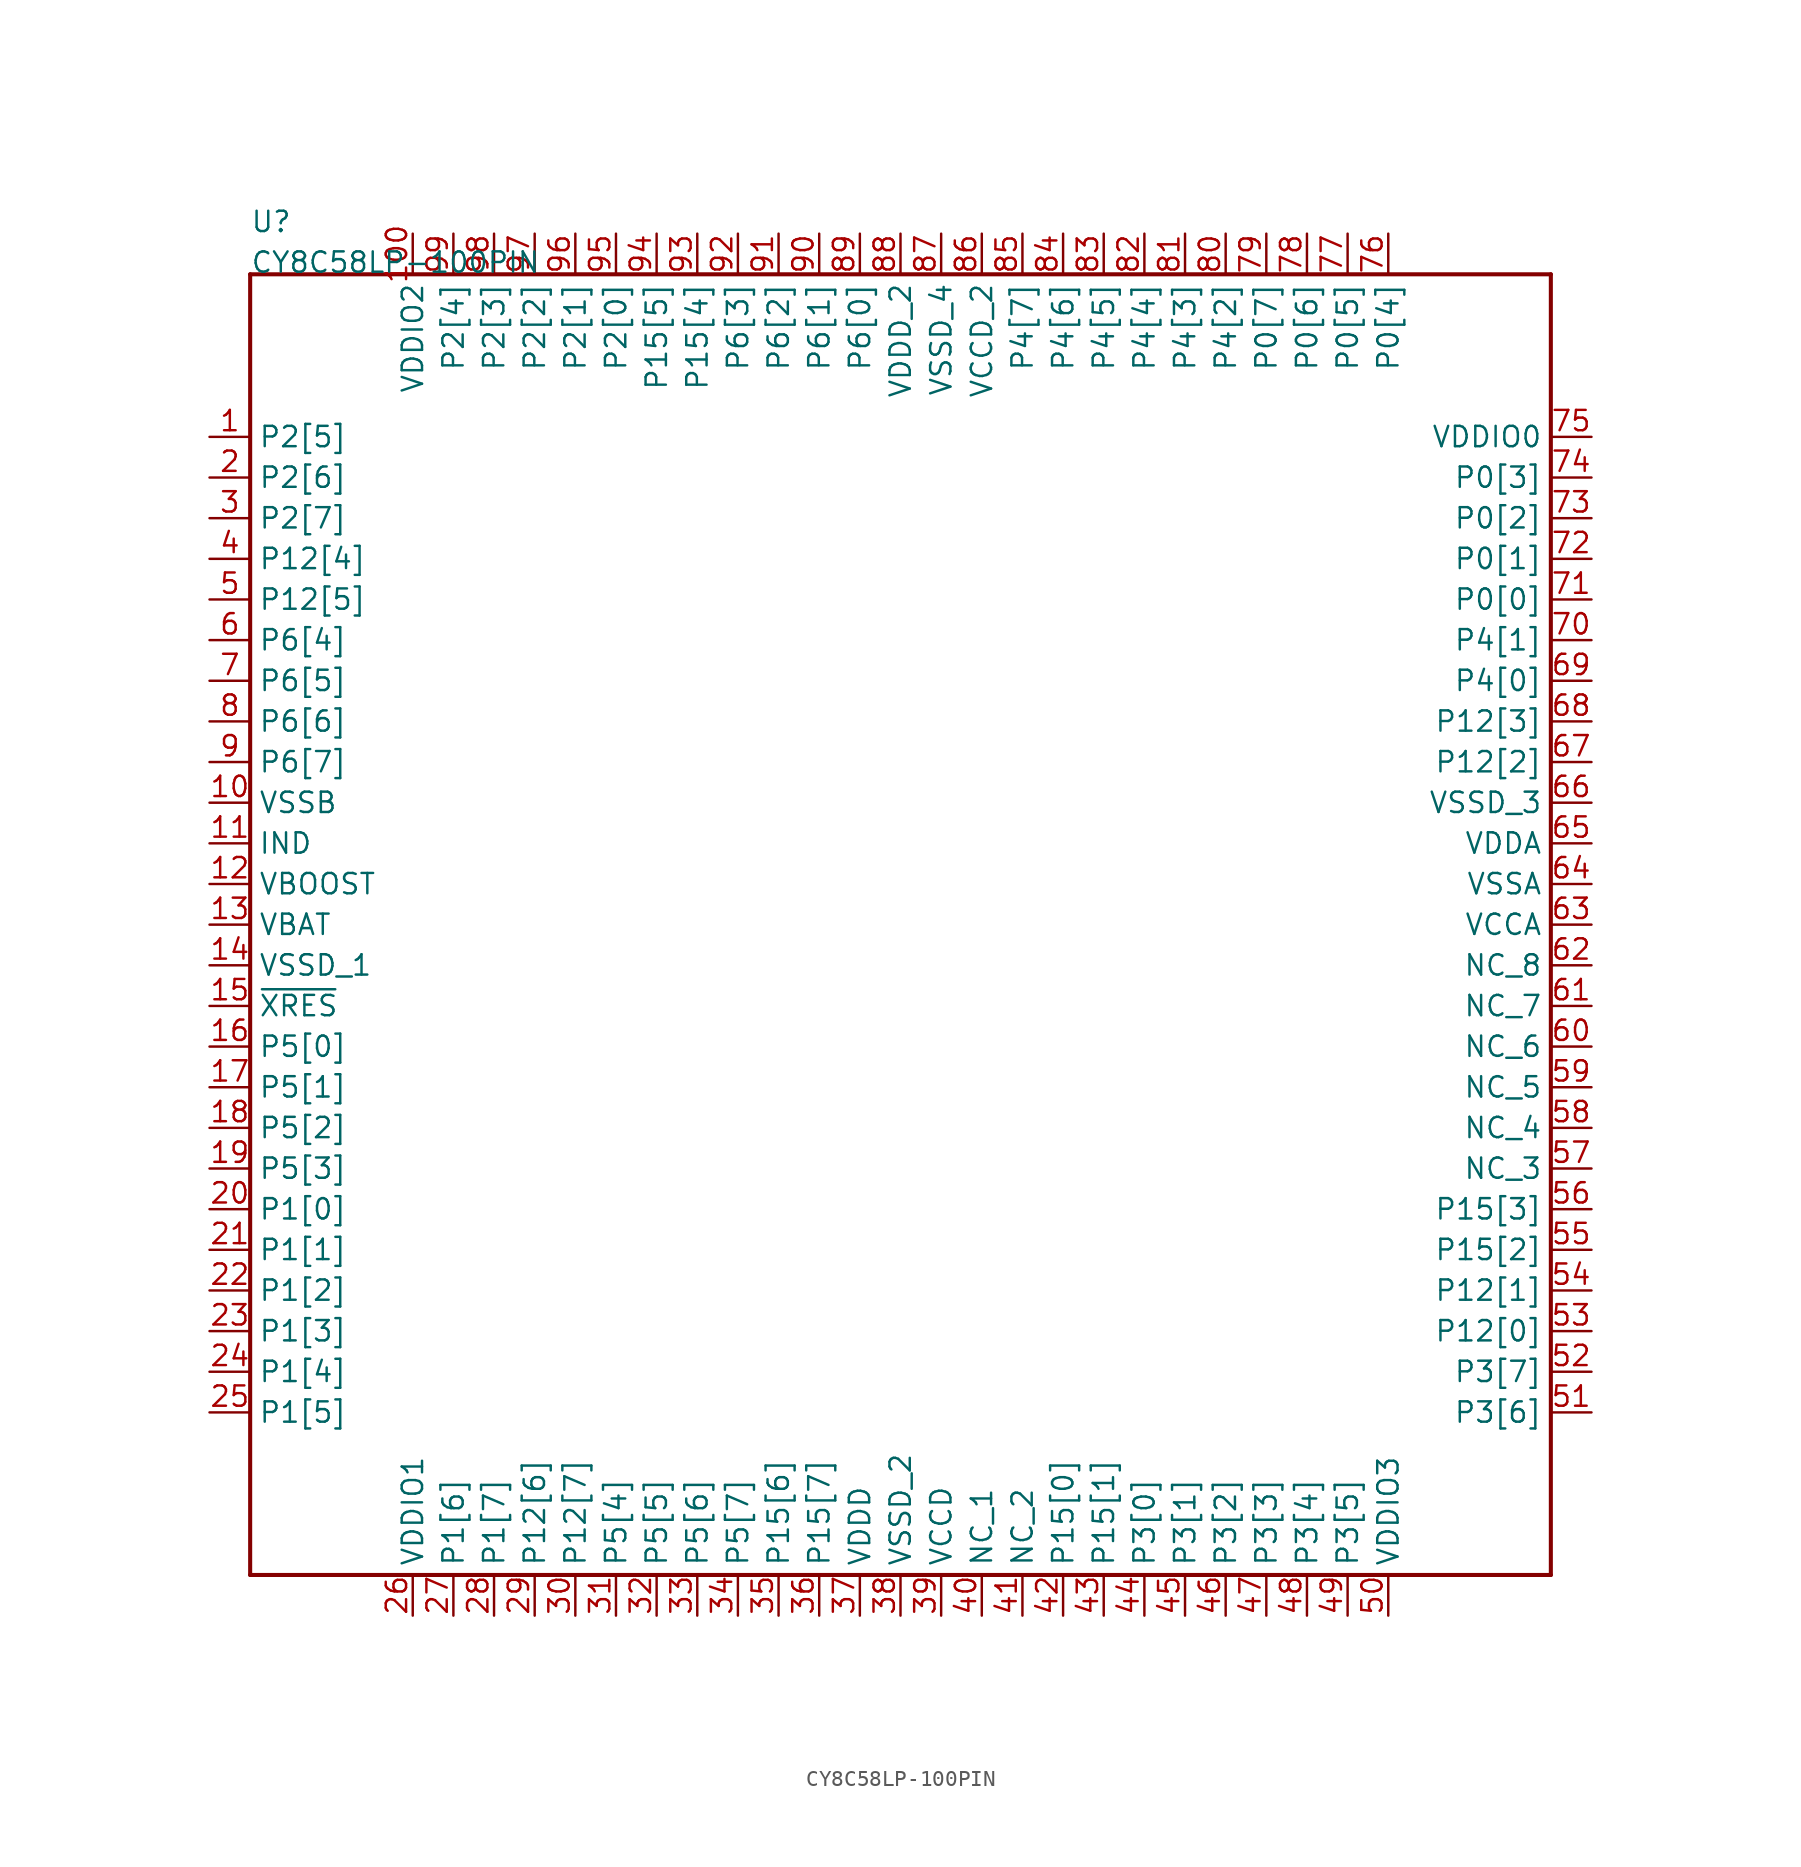
<source format=kicad_sym>
(kicad_symbol_lib
  (version 20211014)
  (generator kicad_symbol_editor)
  (symbol "CY8C58LP-100PIN"
    (pin_names)
    (property "Reference" "U"
      (at -40.64 43.18 0)
      (effects (font (size 1.27 1.27)) (justify left bottom)))
    (property "Value" "CY8C58LP-100PIN"
      (at -40.64 40.64 0)
      (effects (font (size 1.27 1.27)) (justify left bottom)))
    (property "Datasheet" ""
      (at 0 0 0))
    (property "ki_description" "CY8C5888AXI  - 32-Bit  256KB Microcontroller 100TQFP   Technical Specifications:    Number of I/O: 62   Core Size: 32-Bit Single-Core   Speed: 80MHz   Voltage - Supply (Vcc/Vdd): 1.71V ~ 5.5V   Operating Temperature: -40°C ~ 85°C (TA)        Component Search:  CY8C5888AXI   Datasheet:  PSoC® 5LP: CY8C58LP Family Datasheet Programmable System-on-Chip (PSoC®) "
      (at 0 0 0))
    (property "ki_fp_filters" "FlashPCB_ICs:100-QFP(14X14)"
      (at 0 0 0))
    (symbol "CY8C58LP-100PIN_1_1"
      (polyline (pts (xy -40.64 40.64) (xy -40.64 -40.64)) (stroke (width 0.254)) (fill (type none)))
      (polyline (pts (xy -40.64 -40.64) (xy 40.64 -40.64)) (stroke (width 0.254)) (fill (type none)))
      (polyline (pts (xy 40.64 -40.64) (xy 40.64 40.64)) (stroke (width 0.254)) (fill (type none)))
      (polyline (pts (xy 40.64 40.64) (xy -40.64 40.64)) (stroke (width 0.254)) (fill (type none)))
      (pin bidirectional line (at -43.18 30.48 0) (length 2.54) (name "P2[5]" (effects (font (size 1.27 1.27)))) (number "1" (effects (font (size 1.27 1.27)))))
      (pin bidirectional line (at -43.18 27.94 0) (length 2.54) (name "P2[6]" (effects (font (size 1.27 1.27)))) (number "2" (effects (font (size 1.27 1.27)))))
      (pin bidirectional line (at -43.18 25.4 0) (length 2.54) (name "P2[7]" (effects (font (size 1.27 1.27)))) (number "3" (effects (font (size 1.27 1.27)))))
      (pin bidirectional line (at -43.18 22.86 0) (length 2.54) (name "P12[4]" (effects (font (size 1.27 1.27)))) (number "4" (effects (font (size 1.27 1.27)))))
      (pin bidirectional line (at -43.18 20.32 0) (length 2.54) (name "P12[5]" (effects (font (size 1.27 1.27)))) (number "5" (effects (font (size 1.27 1.27)))))
      (pin bidirectional line (at -43.18 17.78 0) (length 2.54) (name "P6[4]" (effects (font (size 1.27 1.27)))) (number "6" (effects (font (size 1.27 1.27)))))
      (pin bidirectional line (at -43.18 15.24 0) (length 2.54) (name "P6[5]" (effects (font (size 1.27 1.27)))) (number "7" (effects (font (size 1.27 1.27)))))
      (pin bidirectional line (at -43.18 12.7 0) (length 2.54) (name "P6[6]" (effects (font (size 1.27 1.27)))) (number "8" (effects (font (size 1.27 1.27)))))
      (pin bidirectional line (at -43.18 10.16 0) (length 2.54) (name "P6[7]" (effects (font (size 1.27 1.27)))) (number "9" (effects (font (size 1.27 1.27)))))
      (pin bidirectional line (at -43.18 7.62 0) (length 2.54) (name "VSSB" (effects (font (size 1.27 1.27)))) (number "10" (effects (font (size 1.27 1.27)))))
      (pin bidirectional line (at -43.18 5.08 0) (length 2.54) (name "IND" (effects (font (size 1.27 1.27)))) (number "11" (effects (font (size 1.27 1.27)))))
      (pin bidirectional line (at -43.18 2.54 0) (length 2.54) (name "VBOOST" (effects (font (size 1.27 1.27)))) (number "12" (effects (font (size 1.27 1.27)))))
      (pin bidirectional line (at -43.18 0 0) (length 2.54) (name "VBAT" (effects (font (size 1.27 1.27)))) (number "13" (effects (font (size 1.27 1.27)))))
      (pin bidirectional line (at -43.18 -2.54 0) (length 2.54) (name "VSSD_1" (effects (font (size 1.27 1.27)))) (number "14" (effects (font (size 1.27 1.27)))))
      (pin bidirectional line (at -43.18 -5.08 0) (length 2.54) (name "~{XRES}" (effects (font (size 1.27 1.27)))) (number "15" (effects (font (size 1.27 1.27)))))
      (pin bidirectional line (at -43.18 -7.62 0) (length 2.54) (name "P5[0]" (effects (font (size 1.27 1.27)))) (number "16" (effects (font (size 1.27 1.27)))))
      (pin bidirectional line (at -43.18 -10.16 0) (length 2.54) (name "P5[1]" (effects (font (size 1.27 1.27)))) (number "17" (effects (font (size 1.27 1.27)))))
      (pin bidirectional line (at -43.18 -12.7 0) (length 2.54) (name "P5[2]" (effects (font (size 1.27 1.27)))) (number "18" (effects (font (size 1.27 1.27)))))
      (pin bidirectional line (at -43.18 -15.24 0) (length 2.54) (name "P5[3]" (effects (font (size 1.27 1.27)))) (number "19" (effects (font (size 1.27 1.27)))))
      (pin bidirectional line (at -43.18 -17.78 0) (length 2.54) (name "P1[0]" (effects (font (size 1.27 1.27)))) (number "20" (effects (font (size 1.27 1.27)))))
      (pin bidirectional line (at -43.18 -20.32 0) (length 2.54) (name "P1[1]" (effects (font (size 1.27 1.27)))) (number "21" (effects (font (size 1.27 1.27)))))
      (pin bidirectional line (at -43.18 -22.86 0) (length 2.54) (name "P1[2]" (effects (font (size 1.27 1.27)))) (number "22" (effects (font (size 1.27 1.27)))))
      (pin bidirectional line (at -43.18 -25.4 0) (length 2.54) (name "P1[3]" (effects (font (size 1.27 1.27)))) (number "23" (effects (font (size 1.27 1.27)))))
      (pin bidirectional line (at -43.18 -27.94 0) (length 2.54) (name "P1[4]" (effects (font (size 1.27 1.27)))) (number "24" (effects (font (size 1.27 1.27)))))
      (pin bidirectional line (at -43.18 -30.48 0) (length 2.54) (name "P1[5]" (effects (font (size 1.27 1.27)))) (number "25" (effects (font (size 1.27 1.27)))))
      (pin bidirectional line (at -30.48 -43.18 90) (length 2.54) (name "VDDIO1" (effects (font (size 1.27 1.27)))) (number "26" (effects (font (size 1.27 1.27)))))
      (pin bidirectional line (at -27.94 -43.18 90) (length 2.54) (name "P1[6]" (effects (font (size 1.27 1.27)))) (number "27" (effects (font (size 1.27 1.27)))))
      (pin bidirectional line (at -25.4 -43.18 90) (length 2.54) (name "P1[7]" (effects (font (size 1.27 1.27)))) (number "28" (effects (font (size 1.27 1.27)))))
      (pin bidirectional line (at -22.86 -43.18 90) (length 2.54) (name "P12[6]" (effects (font (size 1.27 1.27)))) (number "29" (effects (font (size 1.27 1.27)))))
      (pin bidirectional line (at -20.32 -43.18 90) (length 2.54) (name "P12[7]" (effects (font (size 1.27 1.27)))) (number "30" (effects (font (size 1.27 1.27)))))
      (pin bidirectional line (at -17.78 -43.18 90) (length 2.54) (name "P5[4]" (effects (font (size 1.27 1.27)))) (number "31" (effects (font (size 1.27 1.27)))))
      (pin bidirectional line (at -15.24 -43.18 90) (length 2.54) (name "P5[5]" (effects (font (size 1.27 1.27)))) (number "32" (effects (font (size 1.27 1.27)))))
      (pin bidirectional line (at -12.7 -43.18 90) (length 2.54) (name "P5[6]" (effects (font (size 1.27 1.27)))) (number "33" (effects (font (size 1.27 1.27)))))
      (pin bidirectional line (at -10.16 -43.18 90) (length 2.54) (name "P5[7]" (effects (font (size 1.27 1.27)))) (number "34" (effects (font (size 1.27 1.27)))))
      (pin bidirectional line (at -7.62 -43.18 90) (length 2.54) (name "P15[6]" (effects (font (size 1.27 1.27)))) (number "35" (effects (font (size 1.27 1.27)))))
      (pin bidirectional line (at -5.08 -43.18 90) (length 2.54) (name "P15[7]" (effects (font (size 1.27 1.27)))) (number "36" (effects (font (size 1.27 1.27)))))
      (pin bidirectional line (at -2.54 -43.18 90) (length 2.54) (name "VDDD" (effects (font (size 1.27 1.27)))) (number "37" (effects (font (size 1.27 1.27)))))
      (pin bidirectional line (at 0 -43.18 90) (length 2.54) (name "VSSD_2" (effects (font (size 1.27 1.27)))) (number "38" (effects (font (size 1.27 1.27)))))
      (pin bidirectional line (at 2.54 -43.18 90) (length 2.54) (name "VCCD" (effects (font (size 1.27 1.27)))) (number "39" (effects (font (size 1.27 1.27)))))
      (pin bidirectional line (at 5.08 -43.18 90) (length 2.54) (name "NC_1" (effects (font (size 1.27 1.27)))) (number "40" (effects (font (size 1.27 1.27)))))
      (pin bidirectional line (at 7.62 -43.18 90) (length 2.54) (name "NC_2" (effects (font (size 1.27 1.27)))) (number "41" (effects (font (size 1.27 1.27)))))
      (pin bidirectional line (at 10.16 -43.18 90) (length 2.54) (name "P15[0]" (effects (font (size 1.27 1.27)))) (number "42" (effects (font (size 1.27 1.27)))))
      (pin bidirectional line (at 12.7 -43.18 90) (length 2.54) (name "P15[1]" (effects (font (size 1.27 1.27)))) (number "43" (effects (font (size 1.27 1.27)))))
      (pin bidirectional line (at 15.24 -43.18 90) (length 2.54) (name "P3[0]" (effects (font (size 1.27 1.27)))) (number "44" (effects (font (size 1.27 1.27)))))
      (pin bidirectional line (at 17.78 -43.18 90) (length 2.54) (name "P3[1]" (effects (font (size 1.27 1.27)))) (number "45" (effects (font (size 1.27 1.27)))))
      (pin bidirectional line (at 20.32 -43.18 90) (length 2.54) (name "P3[2]" (effects (font (size 1.27 1.27)))) (number "46" (effects (font (size 1.27 1.27)))))
      (pin bidirectional line (at 22.86 -43.18 90) (length 2.54) (name "P3[3]" (effects (font (size 1.27 1.27)))) (number "47" (effects (font (size 1.27 1.27)))))
      (pin bidirectional line (at 25.4 -43.18 90) (length 2.54) (name "P3[4]" (effects (font (size 1.27 1.27)))) (number "48" (effects (font (size 1.27 1.27)))))
      (pin bidirectional line (at 27.94 -43.18 90) (length 2.54) (name "P3[5]" (effects (font (size 1.27 1.27)))) (number "49" (effects (font (size 1.27 1.27)))))
      (pin bidirectional line (at 30.48 -43.18 90) (length 2.54) (name "VDDIO3" (effects (font (size 1.27 1.27)))) (number "50" (effects (font (size 1.27 1.27)))))
      (pin bidirectional line (at 43.18 -30.48 180) (length 2.54) (name "P3[6]" (effects (font (size 1.27 1.27)))) (number "51" (effects (font (size 1.27 1.27)))))
      (pin bidirectional line (at 43.18 -27.94 180) (length 2.54) (name "P3[7]" (effects (font (size 1.27 1.27)))) (number "52" (effects (font (size 1.27 1.27)))))
      (pin bidirectional line (at 43.18 -25.4 180) (length 2.54) (name "P12[0]" (effects (font (size 1.27 1.27)))) (number "53" (effects (font (size 1.27 1.27)))))
      (pin bidirectional line (at 43.18 -22.86 180) (length 2.54) (name "P12[1]" (effects (font (size 1.27 1.27)))) (number "54" (effects (font (size 1.27 1.27)))))
      (pin bidirectional line (at 43.18 -20.32 180) (length 2.54) (name "P15[2]" (effects (font (size 1.27 1.27)))) (number "55" (effects (font (size 1.27 1.27)))))
      (pin bidirectional line (at 43.18 -17.78 180) (length 2.54) (name "P15[3]" (effects (font (size 1.27 1.27)))) (number "56" (effects (font (size 1.27 1.27)))))
      (pin bidirectional line (at 43.18 -15.24 180) (length 2.54) (name "NC_3" (effects (font (size 1.27 1.27)))) (number "57" (effects (font (size 1.27 1.27)))))
      (pin bidirectional line (at 43.18 -12.7 180) (length 2.54) (name "NC_4" (effects (font (size 1.27 1.27)))) (number "58" (effects (font (size 1.27 1.27)))))
      (pin bidirectional line (at 43.18 -10.16 180) (length 2.54) (name "NC_5" (effects (font (size 1.27 1.27)))) (number "59" (effects (font (size 1.27 1.27)))))
      (pin bidirectional line (at 43.18 -7.62 180) (length 2.54) (name "NC_6" (effects (font (size 1.27 1.27)))) (number "60" (effects (font (size 1.27 1.27)))))
      (pin bidirectional line (at 43.18 -5.08 180) (length 2.54) (name "NC_7" (effects (font (size 1.27 1.27)))) (number "61" (effects (font (size 1.27 1.27)))))
      (pin bidirectional line (at 43.18 -2.54 180) (length 2.54) (name "NC_8" (effects (font (size 1.27 1.27)))) (number "62" (effects (font (size 1.27 1.27)))))
      (pin bidirectional line (at 43.18 0 180) (length 2.54) (name "VCCA" (effects (font (size 1.27 1.27)))) (number "63" (effects (font (size 1.27 1.27)))))
      (pin bidirectional line (at 43.18 2.54 180) (length 2.54) (name "VSSA" (effects (font (size 1.27 1.27)))) (number "64" (effects (font (size 1.27 1.27)))))
      (pin bidirectional line (at 43.18 5.08 180) (length 2.54) (name "VDDA" (effects (font (size 1.27 1.27)))) (number "65" (effects (font (size 1.27 1.27)))))
      (pin bidirectional line (at 43.18 7.62 180) (length 2.54) (name "VSSD_3" (effects (font (size 1.27 1.27)))) (number "66" (effects (font (size 1.27 1.27)))))
      (pin bidirectional line (at 43.18 10.16 180) (length 2.54) (name "P12[2]" (effects (font (size 1.27 1.27)))) (number "67" (effects (font (size 1.27 1.27)))))
      (pin bidirectional line (at 43.18 12.7 180) (length 2.54) (name "P12[3]" (effects (font (size 1.27 1.27)))) (number "68" (effects (font (size 1.27 1.27)))))
      (pin bidirectional line (at 43.18 15.24 180) (length 2.54) (name "P4[0]" (effects (font (size 1.27 1.27)))) (number "69" (effects (font (size 1.27 1.27)))))
      (pin bidirectional line (at 43.18 17.78 180) (length 2.54) (name "P4[1]" (effects (font (size 1.27 1.27)))) (number "70" (effects (font (size 1.27 1.27)))))
      (pin bidirectional line (at 43.18 20.32 180) (length 2.54) (name "P0[0]" (effects (font (size 1.27 1.27)))) (number "71" (effects (font (size 1.27 1.27)))))
      (pin bidirectional line (at 43.18 22.86 180) (length 2.54) (name "P0[1]" (effects (font (size 1.27 1.27)))) (number "72" (effects (font (size 1.27 1.27)))))
      (pin bidirectional line (at 43.18 25.4 180) (length 2.54) (name "P0[2]" (effects (font (size 1.27 1.27)))) (number "73" (effects (font (size 1.27 1.27)))))
      (pin bidirectional line (at 43.18 27.94 180) (length 2.54) (name "P0[3]" (effects (font (size 1.27 1.27)))) (number "74" (effects (font (size 1.27 1.27)))))
      (pin bidirectional line (at 43.18 30.48 180) (length 2.54) (name "VDDIO0" (effects (font (size 1.27 1.27)))) (number "75" (effects (font (size 1.27 1.27)))))
      (pin bidirectional line (at 30.48 43.18 270) (length 2.54) (name "P0[4]" (effects (font (size 1.27 1.27)))) (number "76" (effects (font (size 1.27 1.27)))))
      (pin bidirectional line (at 27.94 43.18 270) (length 2.54) (name "P0[5]" (effects (font (size 1.27 1.27)))) (number "77" (effects (font (size 1.27 1.27)))))
      (pin bidirectional line (at 25.4 43.18 270) (length 2.54) (name "P0[6]" (effects (font (size 1.27 1.27)))) (number "78" (effects (font (size 1.27 1.27)))))
      (pin bidirectional line (at 22.86 43.18 270) (length 2.54) (name "P0[7]" (effects (font (size 1.27 1.27)))) (number "79" (effects (font (size 1.27 1.27)))))
      (pin bidirectional line (at 20.32 43.18 270) (length 2.54) (name "P4[2]" (effects (font (size 1.27 1.27)))) (number "80" (effects (font (size 1.27 1.27)))))
      (pin bidirectional line (at 17.78 43.18 270) (length 2.54) (name "P4[3]" (effects (font (size 1.27 1.27)))) (number "81" (effects (font (size 1.27 1.27)))))
      (pin bidirectional line (at 15.24 43.18 270) (length 2.54) (name "P4[4]" (effects (font (size 1.27 1.27)))) (number "82" (effects (font (size 1.27 1.27)))))
      (pin bidirectional line (at 12.7 43.18 270) (length 2.54) (name "P4[5]" (effects (font (size 1.27 1.27)))) (number "83" (effects (font (size 1.27 1.27)))))
      (pin bidirectional line (at 10.16 43.18 270) (length 2.54) (name "P4[6]" (effects (font (size 1.27 1.27)))) (number "84" (effects (font (size 1.27 1.27)))))
      (pin bidirectional line (at 7.62 43.18 270) (length 2.54) (name "P4[7]" (effects (font (size 1.27 1.27)))) (number "85" (effects (font (size 1.27 1.27)))))
      (pin bidirectional line (at 5.08 43.18 270) (length 2.54) (name "VCCD_2" (effects (font (size 1.27 1.27)))) (number "86" (effects (font (size 1.27 1.27)))))
      (pin bidirectional line (at 2.54 43.18 270) (length 2.54) (name "VSSD_4" (effects (font (size 1.27 1.27)))) (number "87" (effects (font (size 1.27 1.27)))))
      (pin bidirectional line (at 0 43.18 270) (length 2.54) (name "VDDD_2" (effects (font (size 1.27 1.27)))) (number "88" (effects (font (size 1.27 1.27)))))
      (pin bidirectional line (at -2.54 43.18 270) (length 2.54) (name "P6[0]" (effects (font (size 1.27 1.27)))) (number "89" (effects (font (size 1.27 1.27)))))
      (pin bidirectional line (at -5.08 43.18 270) (length 2.54) (name "P6[1]" (effects (font (size 1.27 1.27)))) (number "90" (effects (font (size 1.27 1.27)))))
      (pin bidirectional line (at -7.62 43.18 270) (length 2.54) (name "P6[2]" (effects (font (size 1.27 1.27)))) (number "91" (effects (font (size 1.27 1.27)))))
      (pin bidirectional line (at -10.16 43.18 270) (length 2.54) (name "P6[3]" (effects (font (size 1.27 1.27)))) (number "92" (effects (font (size 1.27 1.27)))))
      (pin bidirectional line (at -12.7 43.18 270) (length 2.54) (name "P15[4]" (effects (font (size 1.27 1.27)))) (number "93" (effects (font (size 1.27 1.27)))))
      (pin bidirectional line (at -15.24 43.18 270) (length 2.54) (name "P15[5]" (effects (font (size 1.27 1.27)))) (number "94" (effects (font (size 1.27 1.27)))))
      (pin bidirectional line (at -17.78 43.18 270) (length 2.54) (name "P2[0]" (effects (font (size 1.27 1.27)))) (number "95" (effects (font (size 1.27 1.27)))))
      (pin bidirectional line (at -20.32 43.18 270) (length 2.54) (name "P2[1]" (effects (font (size 1.27 1.27)))) (number "96" (effects (font (size 1.27 1.27)))))
      (pin bidirectional line (at -22.86 43.18 270) (length 2.54) (name "P2[2]" (effects (font (size 1.27 1.27)))) (number "97" (effects (font (size 1.27 1.27)))))
      (pin bidirectional line (at -25.4 43.18 270) (length 2.54) (name "P2[3]" (effects (font (size 1.27 1.27)))) (number "98" (effects (font (size 1.27 1.27)))))
      (pin bidirectional line (at -27.94 43.18 270) (length 2.54) (name "P2[4]" (effects (font (size 1.27 1.27)))) (number "99" (effects (font (size 1.27 1.27)))))
      (pin bidirectional line (at -30.48 43.18 270) (length 2.54) (name "VDDIO2" (effects (font (size 1.27 1.27)))) (number "100" (effects (font (size 1.27 1.27))))))))
</source>
